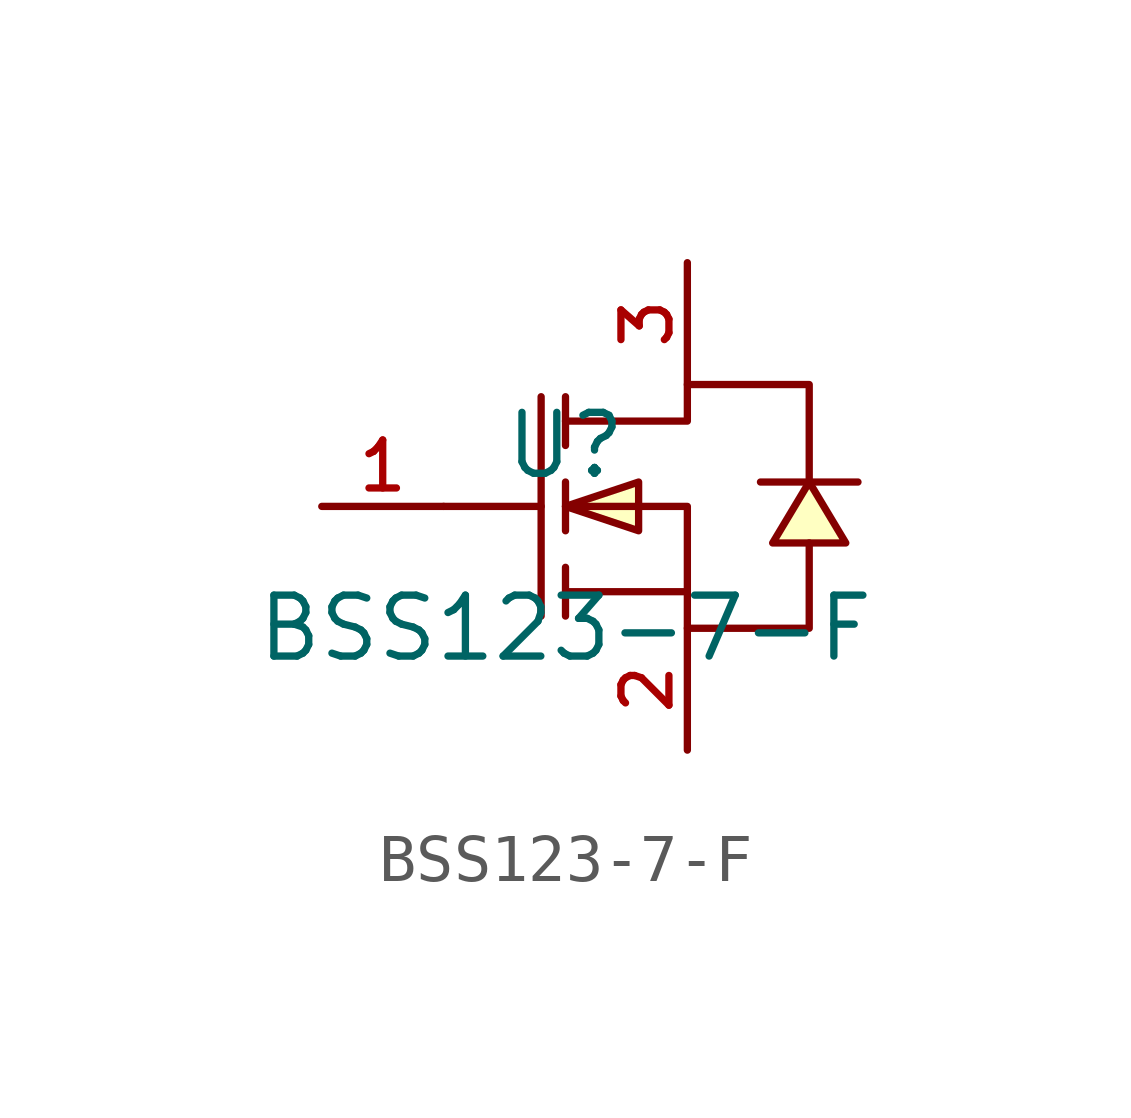
<source format=kicad_sym>
(kicad_symbol_lib
  (version 20210201)
  (generator TousstNicolas/JLC2KiCad_lib)
  (symbol "BSS123-7-F"
    (pin_names hide)
    (property "Reference" "U"
      (at 0 1.27 0)
      (effects (font (size 1.27 1.27))))
    (property "Value" "BSS123-7-F"
      (at 0 -2.54 0)
      (effects (font (size 1.27 1.27))))
    (symbol "BSS123-7-F_0_1"
      (polyline (pts (xy 0.0 -0.0) (xy 1.524 -0.508) (xy 1.524 0.508) (xy 0.0 -0.0)) (stroke (width 0) (type default) (color 0 0 0 0)) (fill (type background)))
      (polyline (pts (xy 5.08 0.508) (xy 4.318 -0.762) (xy 5.842 -0.762) (xy 5.08 0.508)) (stroke (width 0) (type default) (color 0 0 0 0)) (fill (type background)))
      (polyline (pts (xy 0.0 1.778) (xy 2.54 1.778) (xy 2.54 2.54) (xy 5.08 2.54) (xy 5.08 0.508)) (stroke (width 0) (type default) (color 0 0 0 0)) (fill (type none)))
      (polyline (pts (xy 0.0 -0.0) (xy 2.54 -0.0) (xy 2.54 -2.54) (xy 5.08 -2.54) (xy 5.08 -0.762)) (stroke (width 0) (type default) (color 0 0 0 0)) (fill (type none)))
      (polyline (pts (xy 2.54 -1.778) (xy 0.0 -1.778)) (stroke (width 0) (type default) (color 0 0 0 0)) (fill (type none)))
      (polyline (pts (xy -0.508 2.286) (xy -0.508 -2.286)) (stroke (width 0) (type default) (color 0 0 0 0)) (fill (type none)))
      (polyline (pts (xy 0.0 2.286) (xy 0.0 1.27)) (stroke (width 0) (type default) (color 0 0 0 0)) (fill (type none)))
      (polyline (pts (xy 0.0 -0.508) (xy 0.0 0.508)) (stroke (width 0) (type default) (color 0 0 0 0)) (fill (type none)))
      (polyline (pts (xy 0.0 -2.286) (xy 0.0 -1.27)) (stroke (width 0) (type default) (color 0 0 0 0)) (fill (type none)))
      (polyline (pts (xy -2.54 -0.0) (xy -0.508 -0.0)) (stroke (width 0) (type default) (color 0 0 0 0)) (fill (type none)))
      (polyline (pts (xy 6.096 0.508) (xy 5.588 0.508) (xy 4.572 0.508) (xy 4.064 0.508)) (stroke (width 0) (type default) (color 0 0 0 0)) (fill (type none)))
      (pin unspecified line (at 2.54 5.08 270) (length 2.54) (name "D" (effects (font (size 1 1)))) (number "3" (effects (font (size 1 1)))))
      (pin unspecified line (at -5.08 -0.0 0) (length 2.54) (name "G" (effects (font (size 1 1)))) (number "1" (effects (font (size 1 1)))))
      (pin unspecified line (at 2.54 -5.08 90) (length 2.54) (name "S" (effects (font (size 1 1)))) (number "2" (effects (font (size 1 1))))))))
</source>
